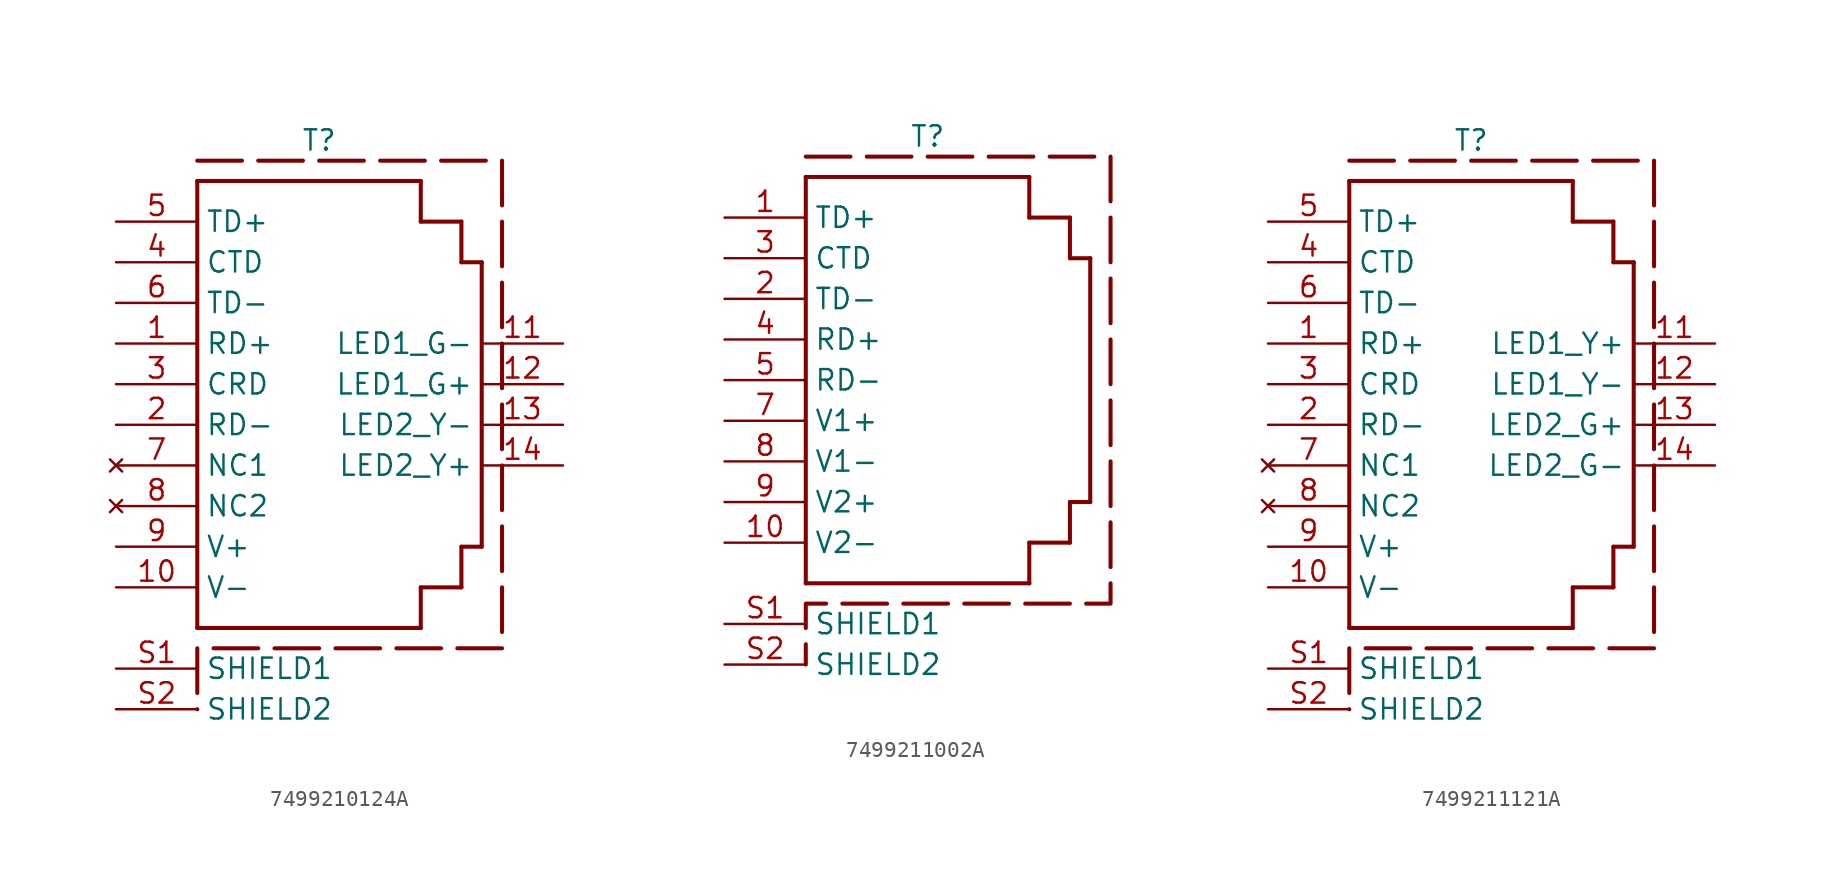
<source format=kicad_sym>
(kicad_symbol_lib
  (version 20220914)
  (generator kicad_symbol_editor)
  (symbol "7499210124A"
    (property "Reference" "T"
      (at 0 15.24 0)
      (effects (font (size 1.27 1.27))))
    (property "Critical Parameter" ""
      (at 0 -5.08 0)
      (effects (font (size 1.27 1.27)) (justify left)))
    (symbol "7499210124A_0_0"
      (polyline (pts (xy -7.62 -15.24) (xy -7.62 12.7)) (stroke (width 0.254) (type default)) (fill (type none)))
      (polyline (pts (xy -7.62 12.7) (xy 6.35 12.7)) (stroke (width 0.254) (type default)) (fill (type none)))
      (polyline (pts (xy 6.35 -15.24) (xy -7.62 -15.24)) (stroke (width 0.254) (type default)) (fill (type none)))
      (polyline (pts (xy 6.35 -15.24) (xy 6.35 -12.7)) (stroke (width 0.254) (type default)) (fill (type none)))
      (polyline (pts (xy 6.35 -12.7) (xy 8.89 -12.7)) (stroke (width 0.254) (type default)) (fill (type none)))
      (polyline (pts (xy 6.35 10.16) (xy 8.89 10.16)) (stroke (width 0.254) (type default)) (fill (type none)))
      (polyline (pts (xy 6.35 12.7) (xy 6.35 10.16)) (stroke (width 0.254) (type default)) (fill (type none)))
      (polyline (pts (xy 8.89 -12.7) (xy 8.89 -10.16)) (stroke (width 0.254) (type default)) (fill (type none)))
      (polyline (pts (xy 8.89 -10.16) (xy 10.16 -10.16)) (stroke (width 0.254) (type default)) (fill (type none)))
      (polyline (pts (xy 8.89 7.62) (xy 10.16 7.62)) (stroke (width 0.254) (type default)) (fill (type none)))
      (polyline (pts (xy 8.89 10.16) (xy 8.89 7.62)) (stroke (width 0.254) (type default)) (fill (type none)))
      (polyline (pts (xy 10.16 7.62) (xy 10.16 -10.16)) (stroke (width 0.254) (type default)) (fill (type none)))
      (pin passive line (at -12.7 2.54 0) (length 5.08) (name "RD+" (effects (font (size 1.27 1.27)))) (number "1" (effects (font (size 1.27 1.27)))))
      (pin passive line (at -12.7 -12.7 0) (length 5.08) (name "V-" (effects (font (size 1.27 1.27)))) (number "10" (effects (font (size 1.27 1.27)))))
      (pin passive line (at -12.7 -2.54 0) (length 5.08) (name "RD-" (effects (font (size 1.27 1.27)))) (number "2" (effects (font (size 1.27 1.27)))))
      (pin passive line (at -12.7 0 0) (length 5.08) (name "CRD" (effects (font (size 1.27 1.27)))) (number "3" (effects (font (size 1.27 1.27)))))
      (pin passive line (at -12.7 7.62 0) (length 5.08) (name "CTD" (effects (font (size 1.27 1.27)))) (number "4" (effects (font (size 1.27 1.27)))))
      (pin passive line (at -12.7 10.16 0) (length 5.08) (name "TD+" (effects (font (size 1.27 1.27)))) (number "5" (effects (font (size 1.27 1.27)))))
      (pin passive line (at -12.7 5.08 0) (length 5.08) (name "TD-" (effects (font (size 1.27 1.27)))) (number "6" (effects (font (size 1.27 1.27)))))
      (pin passive line (at -12.7 -10.16 0) (length 5.08) (name "V+" (effects (font (size 1.27 1.27)))) (number "9" (effects (font (size 1.27 1.27)))))
      (pin passive line (at -12.7 -17.78 0) (length 5.08) (name "SHIELD1" (effects (font (size 1.27 1.27)))) (number "S1" (effects (font (size 1.27 1.27)))))
      (pin passive line (at -12.7 -20.32 0) (length 5.08) (name "SHIELD2" (effects (font (size 1.27 1.27)))) (number "S2" (effects (font (size 1.27 1.27))))))
    (symbol "7499210124A_1_0"
      (pin passive line (at 15.24 2.54 180) (length 5.08) (name "LED1_G-" (effects (font (size 1.27 1.27)))) (number "11" (effects (font (size 1.27 1.27)))))
      (pin passive line (at 15.24 0 180) (length 5.08) (name "LED1_G+" (effects (font (size 1.27 1.27)))) (number "12" (effects (font (size 1.27 1.27)))))
      (pin passive line (at 15.24 -2.54 180) (length 5.08) (name "LED2_Y-" (effects (font (size 1.27 1.27)))) (number "13" (effects (font (size 1.27 1.27)))))
      (pin passive line (at 15.24 -5.08 180) (length 5.08) (name "LED2_Y+" (effects (font (size 1.27 1.27)))) (number "14" (effects (font (size 1.27 1.27)))))
      (pin no_connect line (at -12.7 -5.08 0) (length 5.08) (name "NC1" (effects (font (size 1.27 1.27)))) (number "7" (effects (font (size 1.27 1.27)))))
      (pin no_connect line (at -12.7 -7.62 0) (length 5.08) (name "NC2" (effects (font (size 1.27 1.27)))) (number "8" (effects (font (size 1.27 1.27))))))
    (symbol "7499210124A_1_1"
      (polyline (pts (xy -7.62 13.97) (xy 11.43 13.97) (xy 11.43 -16.51) (xy -7.62 -16.51) (xy -7.62 -20.32)) (stroke (width 0.254) (type dash)) (fill (type none)))))
  (symbol "7499211002A"
    (property "Reference" "T"
      (at 0 15.24 0)
      (effects (font (size 1.27 1.27))))
    (property "Critical Parameter" ""
      (at 0 -5.08 0)
      (effects (font (size 1.27 1.27)) (justify left)))
    (symbol "7499211002A_0_0"
      (polyline (pts (xy -7.62 -12.7) (xy -7.62 12.7)) (stroke (width 0.254) (type default)) (fill (type none)))
      (polyline (pts (xy -7.62 12.7) (xy 6.35 12.7)) (stroke (width 0.254) (type default)) (fill (type none)))
      (polyline (pts (xy 6.35 -12.7) (xy -7.62 -12.7)) (stroke (width 0.254) (type default)) (fill (type none)))
      (polyline (pts (xy 6.35 -12.7) (xy 6.35 -10.16)) (stroke (width 0.254) (type default)) (fill (type none)))
      (polyline (pts (xy 6.35 -10.16) (xy 8.89 -10.16)) (stroke (width 0.254) (type default)) (fill (type none)))
      (polyline (pts (xy 6.35 10.16) (xy 8.89 10.16)) (stroke (width 0.254) (type default)) (fill (type none)))
      (polyline (pts (xy 6.35 12.7) (xy 6.35 10.16)) (stroke (width 0.254) (type default)) (fill (type none)))
      (polyline (pts (xy 8.89 -10.16) (xy 8.89 -7.62)) (stroke (width 0.254) (type default)) (fill (type none)))
      (polyline (pts (xy 8.89 -7.62) (xy 10.16 -7.62)) (stroke (width 0.254) (type default)) (fill (type none)))
      (polyline (pts (xy 8.89 7.62) (xy 10.16 7.62)) (stroke (width 0.254) (type default)) (fill (type none)))
      (polyline (pts (xy 8.89 10.16) (xy 8.89 7.62)) (stroke (width 0.254) (type default)) (fill (type none)))
      (polyline (pts (xy 10.16 7.62) (xy 10.16 -7.62)) (stroke (width 0.254) (type default)) (fill (type none)))
      (pin passive line (at -12.7 10.16 0) (length 5.08) (name "TD+" (effects (font (size 1.27 1.27)))) (number "1" (effects (font (size 1.27 1.27)))))
      (pin passive line (at -12.7 -10.16 0) (length 5.08) (name "V2-" (effects (font (size 1.27 1.27)))) (number "10" (effects (font (size 1.27 1.27)))))
      (pin passive line (at -12.7 5.08 0) (length 5.08) (name "TD-" (effects (font (size 1.27 1.27)))) (number "2" (effects (font (size 1.27 1.27)))))
      (pin passive line (at -12.7 7.62 0) (length 5.08) (name "CTD" (effects (font (size 1.27 1.27)))) (number "3" (effects (font (size 1.27 1.27)))))
      (pin passive line (at -12.7 2.54 0) (length 5.08) (name "RD+" (effects (font (size 1.27 1.27)))) (number "4" (effects (font (size 1.27 1.27)))))
      (pin passive line (at -12.7 0 0) (length 5.08) (name "RD-" (effects (font (size 1.27 1.27)))) (number "5" (effects (font (size 1.27 1.27)))))
      (pin passive line (at -12.7 -2.54 0) (length 5.08) (name "V1+" (effects (font (size 1.27 1.27)))) (number "7" (effects (font (size 1.27 1.27)))))
      (pin passive line (at -12.7 -5.08 0) (length 5.08) (name "V1-" (effects (font (size 1.27 1.27)))) (number "8" (effects (font (size 1.27 1.27)))))
      (pin passive line (at -12.7 -7.62 0) (length 5.08) (name "V2+" (effects (font (size 1.27 1.27)))) (number "9" (effects (font (size 1.27 1.27)))))
      (pin passive line (at -12.7 -15.24 0) (length 5.08) (name "SHIELD1" (effects (font (size 1.27 1.27)))) (number "S1" (effects (font (size 1.27 1.27)))))
      (pin passive line (at -12.7 -17.78 0) (length 5.08) (name "SHIELD2" (effects (font (size 1.27 1.27)))) (number "S2" (effects (font (size 1.27 1.27))))))
    (symbol "7499211002A_1_1"
      (polyline (pts (xy -7.62 13.97) (xy 11.43 13.97) (xy 11.43 -13.97) (xy -7.62 -13.97) (xy -7.62 -17.78)) (stroke (width 0.254) (type dash)) (fill (type none)))))
  (symbol "7499211121A"
    (property "Reference" "T"
      (at 0 15.24 0)
      (effects (font (size 1.27 1.27))))
    (property "Critical Parameter" ""
      (at 0 -5.08 0)
      (effects (font (size 1.27 1.27)) (justify left)))
    (symbol "7499211121A_0_0"
      (polyline (pts (xy -7.62 -15.24) (xy -7.62 12.7)) (stroke (width 0.254) (type default)) (fill (type none)))
      (polyline (pts (xy -7.62 12.7) (xy 6.35 12.7)) (stroke (width 0.254) (type default)) (fill (type none)))
      (polyline (pts (xy 6.35 -15.24) (xy -7.62 -15.24)) (stroke (width 0.254) (type default)) (fill (type none)))
      (polyline (pts (xy 6.35 -15.24) (xy 6.35 -12.7)) (stroke (width 0.254) (type default)) (fill (type none)))
      (polyline (pts (xy 6.35 -12.7) (xy 8.89 -12.7)) (stroke (width 0.254) (type default)) (fill (type none)))
      (polyline (pts (xy 6.35 10.16) (xy 8.89 10.16)) (stroke (width 0.254) (type default)) (fill (type none)))
      (polyline (pts (xy 6.35 12.7) (xy 6.35 10.16)) (stroke (width 0.254) (type default)) (fill (type none)))
      (polyline (pts (xy 8.89 -12.7) (xy 8.89 -10.16)) (stroke (width 0.254) (type default)) (fill (type none)))
      (polyline (pts (xy 8.89 -10.16) (xy 10.16 -10.16)) (stroke (width 0.254) (type default)) (fill (type none)))
      (polyline (pts (xy 8.89 7.62) (xy 10.16 7.62)) (stroke (width 0.254) (type default)) (fill (type none)))
      (polyline (pts (xy 8.89 10.16) (xy 8.89 7.62)) (stroke (width 0.254) (type default)) (fill (type none)))
      (polyline (pts (xy 10.16 7.62) (xy 10.16 -10.16)) (stroke (width 0.254) (type default)) (fill (type none)))
      (pin passive line (at -12.7 2.54 0) (length 5.08) (name "RD+" (effects (font (size 1.27 1.27)))) (number "1" (effects (font (size 1.27 1.27)))))
      (pin passive line (at -12.7 -12.7 0) (length 5.08) (name "V-" (effects (font (size 1.27 1.27)))) (number "10" (effects (font (size 1.27 1.27)))))
      (pin passive line (at -12.7 -2.54 0) (length 5.08) (name "RD-" (effects (font (size 1.27 1.27)))) (number "2" (effects (font (size 1.27 1.27)))))
      (pin passive line (at -12.7 0 0) (length 5.08) (name "CRD" (effects (font (size 1.27 1.27)))) (number "3" (effects (font (size 1.27 1.27)))))
      (pin passive line (at -12.7 7.62 0) (length 5.08) (name "CTD" (effects (font (size 1.27 1.27)))) (number "4" (effects (font (size 1.27 1.27)))))
      (pin passive line (at -12.7 10.16 0) (length 5.08) (name "TD+" (effects (font (size 1.27 1.27)))) (number "5" (effects (font (size 1.27 1.27)))))
      (pin passive line (at -12.7 5.08 0) (length 5.08) (name "TD-" (effects (font (size 1.27 1.27)))) (number "6" (effects (font (size 1.27 1.27)))))
      (pin passive line (at -12.7 -10.16 0) (length 5.08) (name "V+" (effects (font (size 1.27 1.27)))) (number "9" (effects (font (size 1.27 1.27)))))
      (pin passive line (at -12.7 -17.78 0) (length 5.08) (name "SHIELD1" (effects (font (size 1.27 1.27)))) (number "S1" (effects (font (size 1.27 1.27)))))
      (pin passive line (at -12.7 -20.32 0) (length 5.08) (name "SHIELD2" (effects (font (size 1.27 1.27)))) (number "S2" (effects (font (size 1.27 1.27))))))
    (symbol "7499211121A_1_0"
      (pin passive line (at 15.24 2.54 180) (length 5.08) (name "LED1_Y+" (effects (font (size 1.27 1.27)))) (number "11" (effects (font (size 1.27 1.27)))))
      (pin passive line (at 15.24 0 180) (length 5.08) (name "LED1_Y-" (effects (font (size 1.27 1.27)))) (number "12" (effects (font (size 1.27 1.27)))))
      (pin passive line (at 15.24 -2.54 180) (length 5.08) (name "LED2_G+" (effects (font (size 1.27 1.27)))) (number "13" (effects (font (size 1.27 1.27)))))
      (pin passive line (at 15.24 -5.08 180) (length 5.08) (name "LED2_G-" (effects (font (size 1.27 1.27)))) (number "14" (effects (font (size 1.27 1.27)))))
      (pin no_connect line (at -12.7 -5.08 0) (length 5.08) (name "NC1" (effects (font (size 1.27 1.27)))) (number "7" (effects (font (size 1.27 1.27)))))
      (pin no_connect line (at -12.7 -7.62 0) (length 5.08) (name "NC2" (effects (font (size 1.27 1.27)))) (number "8" (effects (font (size 1.27 1.27))))))
    (symbol "7499211121A_1_1"
      (polyline (pts (xy -7.62 13.97) (xy 11.43 13.97) (xy 11.43 -16.51) (xy -7.62 -16.51) (xy -7.62 -20.32)) (stroke (width 0.254) (type dash)) (fill (type none))))))
</source>
